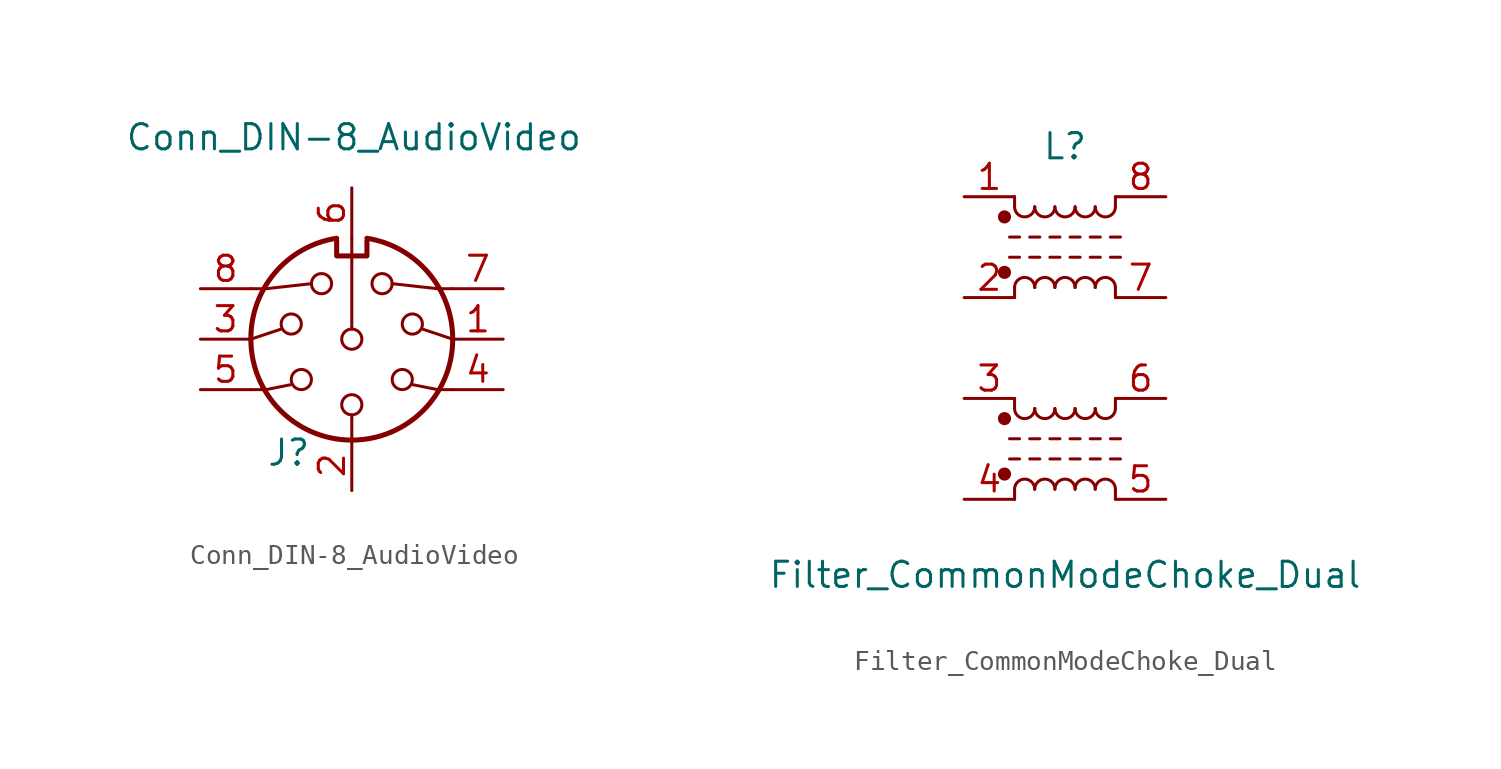
<source format=kicad_sym>
(kicad_symbol_lib
  (version 20220914)
  (generator kicad_symbol_editor)
  (symbol "Conn_DIN-8_AudioVideo"
    (pin_names
      (offset 1.016))
    (property "Reference" "J"
      (at -3.175 -5.715 0)
      (effects (font (size 1.27 1.27))))
    (property "Value" "Conn_DIN-8_AudioVideo"
      (at -11.43 10.16 0)
      (effects (font (size 1.27 1.27)) (justify left)))
    (symbol "Conn_DIN-8_AudioVideo_0_1"
      (arc (start -5.08 0) (mid 0 -5.0579) (end 5.08 0) (stroke (width 0.254) (type default)) (fill (type none)))
      (circle (center -3.048 0.762) (radius 0.508) (stroke (width 0) (type default)) (fill (type none)))
      (circle (center -2.54 -2.032) (radius 0.508) (stroke (width 0) (type default)) (fill (type none)))
      (circle (center -1.524 2.794) (radius 0.508) (stroke (width 0) (type default)) (fill (type none)))
      (arc (start -0.762 5.08) (mid -3.8673 3.3444) (end -5.08 0) (stroke (width 0.254) (type default)) (fill (type none)))
      (circle (center 0 -3.302) (radius 0.508) (stroke (width 0) (type default)) (fill (type none)))
      (polyline (pts (xy -5.08 0) (xy -3.556 0.508)) (stroke (width 0) (type default)) (fill (type none)))
      (polyline (pts (xy 0 -5.08) (xy 0 -3.81)) (stroke (width 0) (type default)) (fill (type none)))
      (polyline (pts (xy 0 0.508) (xy 0 5.08)) (stroke (width 0) (type default)) (fill (type none)))
      (polyline (pts (xy 5.08 0) (xy 3.556 0.508)) (stroke (width 0) (type default)) (fill (type none)))
      (polyline (pts (xy -5.08 -2.54) (xy -4.318 -2.54) (xy -3.048 -2.286)) (stroke (width 0) (type default)) (fill (type none)))
      (polyline (pts (xy -5.08 2.54) (xy -4.318 2.54) (xy -2.032 2.794)) (stroke (width 0) (type default)) (fill (type none)))
      (polyline (pts (xy 5.08 -2.54) (xy 4.318 -2.54) (xy 3.048 -2.286)) (stroke (width 0) (type default)) (fill (type none)))
      (polyline (pts (xy 5.08 2.54) (xy 4.318 2.54) (xy 2.032 2.794)) (stroke (width 0) (type default)) (fill (type none)))
      (polyline (pts (xy 0.762 4.953) (xy 0.762 4.191) (xy -0.762 4.191) (xy -0.762 4.953)) (stroke (width 0.254) (type default)) (fill (type none)))
      (circle (center 0 0) (radius 0.508) (stroke (width 0) (type default)) (fill (type none)))
      (circle (center 1.524 2.794) (radius 0.508) (stroke (width 0) (type default)) (fill (type none)))
      (circle (center 2.54 -2.032) (radius 0.508) (stroke (width 0) (type default)) (fill (type none)))
      (circle (center 3.048 0.762) (radius 0.508) (stroke (width 0) (type default)) (fill (type none)))
      (arc (start 5.08 0) (mid 3.8597 3.3379) (end 0.762 5.08) (stroke (width 0.254) (type default)) (fill (type none))))
    (symbol "Conn_DIN-8_AudioVideo_1_1"
      (pin passive line (at 7.62 0 180) (length 2.54) (name "~" (effects (font (size 1.27 1.27)))) (number "1" (effects (font (size 1.27 1.27)))))
      (pin passive line (at 0 -7.62 90) (length 2.54) (name "~" (effects (font (size 1.27 1.27)))) (number "2" (effects (font (size 1.27 1.27)))))
      (pin passive line (at -7.62 0 0) (length 2.54) (name "~" (effects (font (size 1.27 1.27)))) (number "3" (effects (font (size 1.27 1.27)))))
      (pin passive line (at 7.62 -2.54 180) (length 2.54) (name "~" (effects (font (size 1.27 1.27)))) (number "4" (effects (font (size 1.27 1.27)))))
      (pin passive line (at -7.62 -2.54 0) (length 2.54) (name "~" (effects (font (size 1.27 1.27)))) (number "5" (effects (font (size 1.27 1.27)))))
      (pin passive line (at 0 7.62 270) (length 2.54) (name "~" (effects (font (size 1.27 1.27)))) (number "6" (effects (font (size 1.27 1.27)))))
      (pin passive line (at 7.62 2.54 180) (length 2.54) (name "~" (effects (font (size 1.27 1.27)))) (number "7" (effects (font (size 1.27 1.27)))))
      (pin passive line (at -7.62 2.54 0) (length 2.54) (name "~" (effects (font (size 1.27 1.27)))) (number "8" (effects (font (size 1.27 1.27)))))))
  (symbol "Filter_CommonModeChoke_Dual"
    (pin_names
      (offset 0.254) hide)
    (property "Reference" "L"
      (at 0 10.16 0)
      (effects (font (size 1.27 1.27))))
    (property "Value" "Filter_CommonModeChoke_Dual"
      (at 0 -11.43 0)
      (effects (font (size 1.27 1.27))))
    (symbol "Filter_CommonModeChoke_Dual_0_1"
      (circle (center -3.048 3.81) (radius 0.254) (stroke (width 0) (type solid)) (fill (type outline)))
      (circle (center -3.048 6.604) (radius 0.254) (stroke (width 0) (type solid)) (fill (type outline)))
      (arc (start -2.54 7.112) (mid -2.032 6.6062) (end -1.524 7.112) (stroke (width 0) (type solid)) (fill (type none)))
      (arc (start -1.524 3.048) (mid -2.032 3.5538) (end -2.54 3.048) (stroke (width 0) (type solid)) (fill (type none)))
      (arc (start -1.524 7.112) (mid -1.016 6.6062) (end -0.508 7.112) (stroke (width 0) (type solid)) (fill (type none)))
      (arc (start -0.508 3.048) (mid -1.016 3.5538) (end -1.524 3.048) (stroke (width 0) (type solid)) (fill (type none)))
      (arc (start -0.508 7.112) (mid 0 6.6062) (end 0.508 7.112) (stroke (width 0) (type solid)) (fill (type none)))
      (polyline (pts (xy -2.794 4.572) (xy -2.286 4.572)) (stroke (width 0) (type solid)) (fill (type none)))
      (polyline (pts (xy -2.794 5.588) (xy -2.286 5.588)) (stroke (width 0) (type solid)) (fill (type none)))
      (polyline (pts (xy -2.54 3.048) (xy -2.54 2.54)) (stroke (width 0) (type solid)) (fill (type none)))
      (polyline (pts (xy -2.54 7.112) (xy -2.54 7.62)) (stroke (width 0) (type solid)) (fill (type none)))
      (polyline (pts (xy -1.778 4.572) (xy -1.27 4.572)) (stroke (width 0) (type solid)) (fill (type none)))
      (polyline (pts (xy -1.778 5.588) (xy -1.27 5.588)) (stroke (width 0) (type solid)) (fill (type none)))
      (polyline (pts (xy -0.762 4.572) (xy -0.254 4.572)) (stroke (width 0) (type solid)) (fill (type none)))
      (polyline (pts (xy -0.762 5.588) (xy -0.254 5.588)) (stroke (width 0) (type solid)) (fill (type none)))
      (polyline (pts (xy 0.254 4.572) (xy 0.762 4.572)) (stroke (width 0) (type solid)) (fill (type none)))
      (polyline (pts (xy 0.254 5.588) (xy 0.762 5.588)) (stroke (width 0) (type solid)) (fill (type none)))
      (polyline (pts (xy 1.27 4.572) (xy 1.778 4.572)) (stroke (width 0) (type solid)) (fill (type none)))
      (polyline (pts (xy 1.27 5.588) (xy 1.778 5.588)) (stroke (width 0) (type solid)) (fill (type none)))
      (polyline (pts (xy 2.286 4.572) (xy 2.794 4.572)) (stroke (width 0) (type solid)) (fill (type none)))
      (polyline (pts (xy 2.286 5.588) (xy 2.794 5.588)) (stroke (width 0) (type solid)) (fill (type none)))
      (polyline (pts (xy 2.54 3.048) (xy 2.54 2.54)) (stroke (width 0) (type solid)) (fill (type none)))
      (polyline (pts (xy 2.54 7.62) (xy 2.54 7.112)) (stroke (width 0) (type solid)) (fill (type none)))
      (arc (start 0.508 3.048) (mid 0 3.5538) (end -0.508 3.048) (stroke (width 0) (type solid)) (fill (type none)))
      (arc (start 0.508 7.112) (mid 1.016 6.6062) (end 1.524 7.112) (stroke (width 0) (type solid)) (fill (type none)))
      (arc (start 1.524 3.048) (mid 1.016 3.5538) (end 0.508 3.048) (stroke (width 0) (type solid)) (fill (type none)))
      (arc (start 1.524 7.112) (mid 2.032 6.6062) (end 2.54 7.112) (stroke (width 0) (type solid)) (fill (type none)))
      (arc (start 2.54 3.048) (mid 2.032 3.5538) (end 1.524 3.048) (stroke (width 0) (type solid)) (fill (type none))))
    (symbol "Filter_CommonModeChoke_Dual_1_1"
      (circle (center -3.048 -6.35) (radius 0.254) (stroke (width 0) (type solid)) (fill (type outline)))
      (circle (center -3.048 -3.556) (radius 0.254) (stroke (width 0) (type solid)) (fill (type outline)))
      (arc (start -2.54 -3.048) (mid -2.032 -3.5538) (end -1.524 -3.048) (stroke (width 0) (type solid)) (fill (type none)))
      (arc (start -1.524 -7.112) (mid -2.032 -6.6062) (end -2.54 -7.112) (stroke (width 0) (type solid)) (fill (type none)))
      (arc (start -1.524 -3.048) (mid -1.016 -3.5538) (end -0.508 -3.048) (stroke (width 0) (type solid)) (fill (type none)))
      (arc (start -0.508 -7.112) (mid -1.016 -6.6062) (end -1.524 -7.112) (stroke (width 0) (type solid)) (fill (type none)))
      (arc (start -0.508 -3.048) (mid 0 -3.5538) (end 0.508 -3.048) (stroke (width 0) (type solid)) (fill (type none)))
      (polyline (pts (xy -2.794 -5.588) (xy -2.286 -5.588)) (stroke (width 0) (type solid)) (fill (type none)))
      (polyline (pts (xy -2.794 -4.572) (xy -2.286 -4.572)) (stroke (width 0) (type solid)) (fill (type none)))
      (polyline (pts (xy -2.54 -7.112) (xy -2.54 -7.62)) (stroke (width 0) (type solid)) (fill (type none)))
      (polyline (pts (xy -2.54 -3.048) (xy -2.54 -2.54)) (stroke (width 0) (type solid)) (fill (type none)))
      (polyline (pts (xy -1.778 -5.588) (xy -1.27 -5.588)) (stroke (width 0) (type solid)) (fill (type none)))
      (polyline (pts (xy -1.778 -4.572) (xy -1.27 -4.572)) (stroke (width 0) (type solid)) (fill (type none)))
      (polyline (pts (xy -0.762 -5.588) (xy -0.254 -5.588)) (stroke (width 0) (type solid)) (fill (type none)))
      (polyline (pts (xy -0.762 -4.572) (xy -0.254 -4.572)) (stroke (width 0) (type solid)) (fill (type none)))
      (polyline (pts (xy 0.254 -5.588) (xy 0.762 -5.588)) (stroke (width 0) (type solid)) (fill (type none)))
      (polyline (pts (xy 0.254 -4.572) (xy 0.762 -4.572)) (stroke (width 0) (type solid)) (fill (type none)))
      (polyline (pts (xy 1.27 -5.588) (xy 1.778 -5.588)) (stroke (width 0) (type solid)) (fill (type none)))
      (polyline (pts (xy 1.27 -4.572) (xy 1.778 -4.572)) (stroke (width 0) (type solid)) (fill (type none)))
      (polyline (pts (xy 2.286 -5.588) (xy 2.794 -5.588)) (stroke (width 0) (type solid)) (fill (type none)))
      (polyline (pts (xy 2.286 -4.572) (xy 2.794 -4.572)) (stroke (width 0) (type solid)) (fill (type none)))
      (polyline (pts (xy 2.54 -7.112) (xy 2.54 -7.62)) (stroke (width 0) (type solid)) (fill (type none)))
      (polyline (pts (xy 2.54 -2.54) (xy 2.54 -3.048)) (stroke (width 0) (type solid)) (fill (type none)))
      (arc (start 0.508 -7.112) (mid 0 -6.6062) (end -0.508 -7.112) (stroke (width 0) (type solid)) (fill (type none)))
      (arc (start 0.508 -3.048) (mid 1.016 -3.5538) (end 1.524 -3.048) (stroke (width 0) (type solid)) (fill (type none)))
      (arc (start 1.524 -7.112) (mid 1.016 -6.6062) (end 0.508 -7.112) (stroke (width 0) (type solid)) (fill (type none)))
      (arc (start 1.524 -3.048) (mid 2.032 -3.5538) (end 2.54 -3.048) (stroke (width 0) (type solid)) (fill (type none)))
      (arc (start 2.54 -7.112) (mid 2.032 -6.6062) (end 1.524 -7.112) (stroke (width 0) (type solid)) (fill (type none)))
      (pin passive line (at -5.08 7.62 0) (length 2.54) (name "1" (effects (font (size 1.27 1.27)))) (number "1" (effects (font (size 1.27 1.27)))))
      (pin passive line (at -5.08 2.54 0) (length 2.54) (name "2" (effects (font (size 1.27 1.27)))) (number "2" (effects (font (size 1.27 1.27)))))
      (pin passive line (at -5.08 -2.54 0) (length 2.54) (name "3" (effects (font (size 1.27 1.27)))) (number "3" (effects (font (size 1.27 1.27)))))
      (pin passive line (at -5.08 -7.62 0) (length 2.54) (name "4" (effects (font (size 1.27 1.27)))) (number "4" (effects (font (size 1.27 1.27)))))
      (pin passive line (at 5.08 -7.62 180) (length 2.54) (name "5" (effects (font (size 1.27 1.27)))) (number "5" (effects (font (size 1.27 1.27)))))
      (pin passive line (at 5.08 -2.54 180) (length 2.54) (name "6" (effects (font (size 1.27 1.27)))) (number "6" (effects (font (size 1.27 1.27)))))
      (pin passive line (at 5.08 2.54 180) (length 2.54) (name "7" (effects (font (size 1.27 1.27)))) (number "7" (effects (font (size 1.27 1.27)))))
      (pin passive line (at 5.08 7.62 180) (length 2.54) (name "8" (effects (font (size 1.27 1.27)))) (number "8" (effects (font (size 1.27 1.27))))))))
</source>
